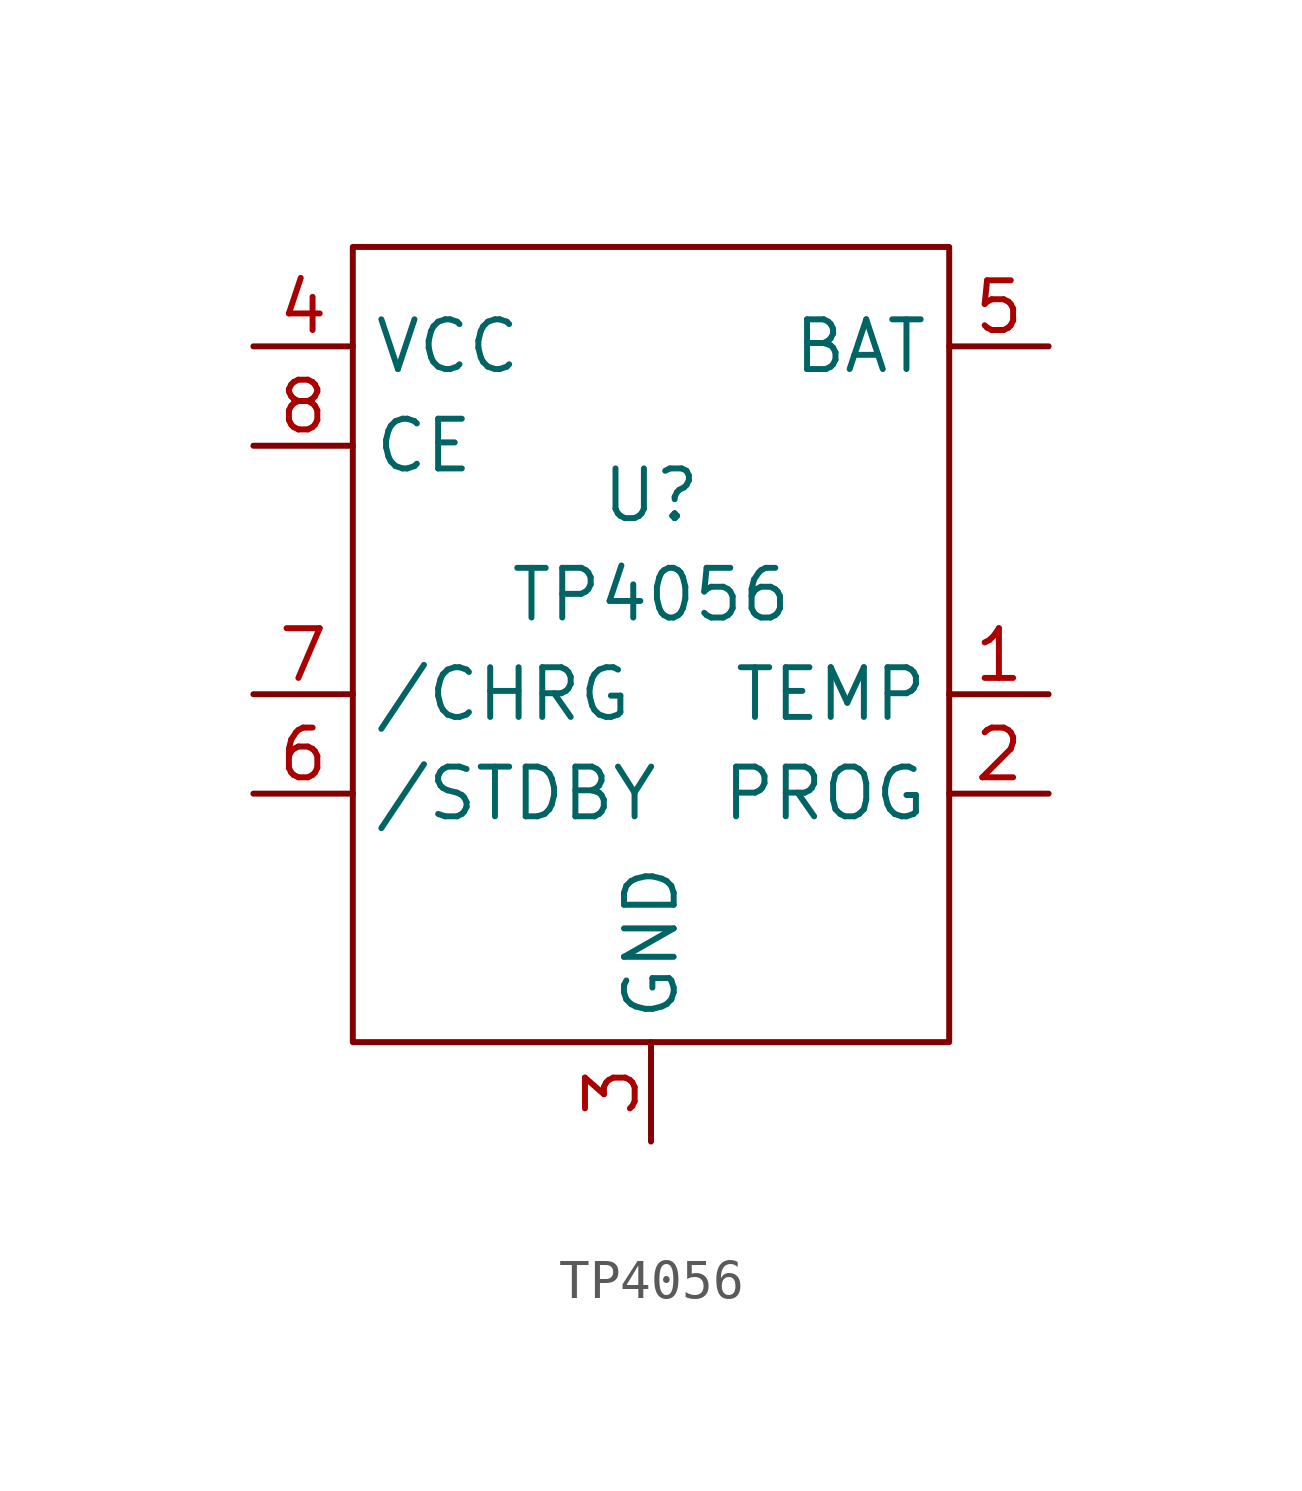
<source format=kicad_sym>
(kicad_symbol_lib
  (version 20211014)
  (generator kicad_symbol_editor)
  (symbol "TP4056"
    (property "Reference" "U"
      (at 0 3.81 0)
      (effects (font (size 1.27 1.27))))
    (property "Value" "TP4056"
      (at 0 1.27 0)
      (effects (font (size 1.27 1.27))))
    (symbol "TP4056_0_1"
      (rectangle (start -7.62 10.16) (end 7.62 -10.16) (stroke (width 0) (type default) (color 0 0 0 0)) (fill (type none))))
    (symbol "TP4056_1_1"
      (pin input line (at 10.16 -1.27 180) (length 2.54) (name "TEMP" (effects (font (size 1.27 1.27)))) (number "1" (effects (font (size 1.27 1.27)))))
      (pin input line (at 10.16 -3.81 180) (length 2.54) (name "PROG" (effects (font (size 1.27 1.27)))) (number "2" (effects (font (size 1.27 1.27)))))
      (pin input line (at 0 -12.7 90) (length 2.54) (name "GND" (effects (font (size 1.27 1.27)))) (number "3" (effects (font (size 1.27 1.27)))))
      (pin input line (at -10.16 7.62 0) (length 2.54) (name "VCC" (effects (font (size 1.27 1.27)))) (number "4" (effects (font (size 1.27 1.27)))))
      (pin input line (at 10.16 7.62 180) (length 2.54) (name "BAT" (effects (font (size 1.27 1.27)))) (number "5" (effects (font (size 1.27 1.27)))))
      (pin input line (at -10.16 -3.81 0) (length 2.54) (name "/STDBY" (effects (font (size 1.27 1.27)))) (number "6" (effects (font (size 1.27 1.27)))))
      (pin input line (at -10.16 -1.27 0) (length 2.54) (name "/CHRG" (effects (font (size 1.27 1.27)))) (number "7" (effects (font (size 1.27 1.27)))))
      (pin input line (at -10.16 5.08 0) (length 2.54) (name "CE" (effects (font (size 1.27 1.27)))) (number "8" (effects (font (size 1.27 1.27))))))))
</source>
